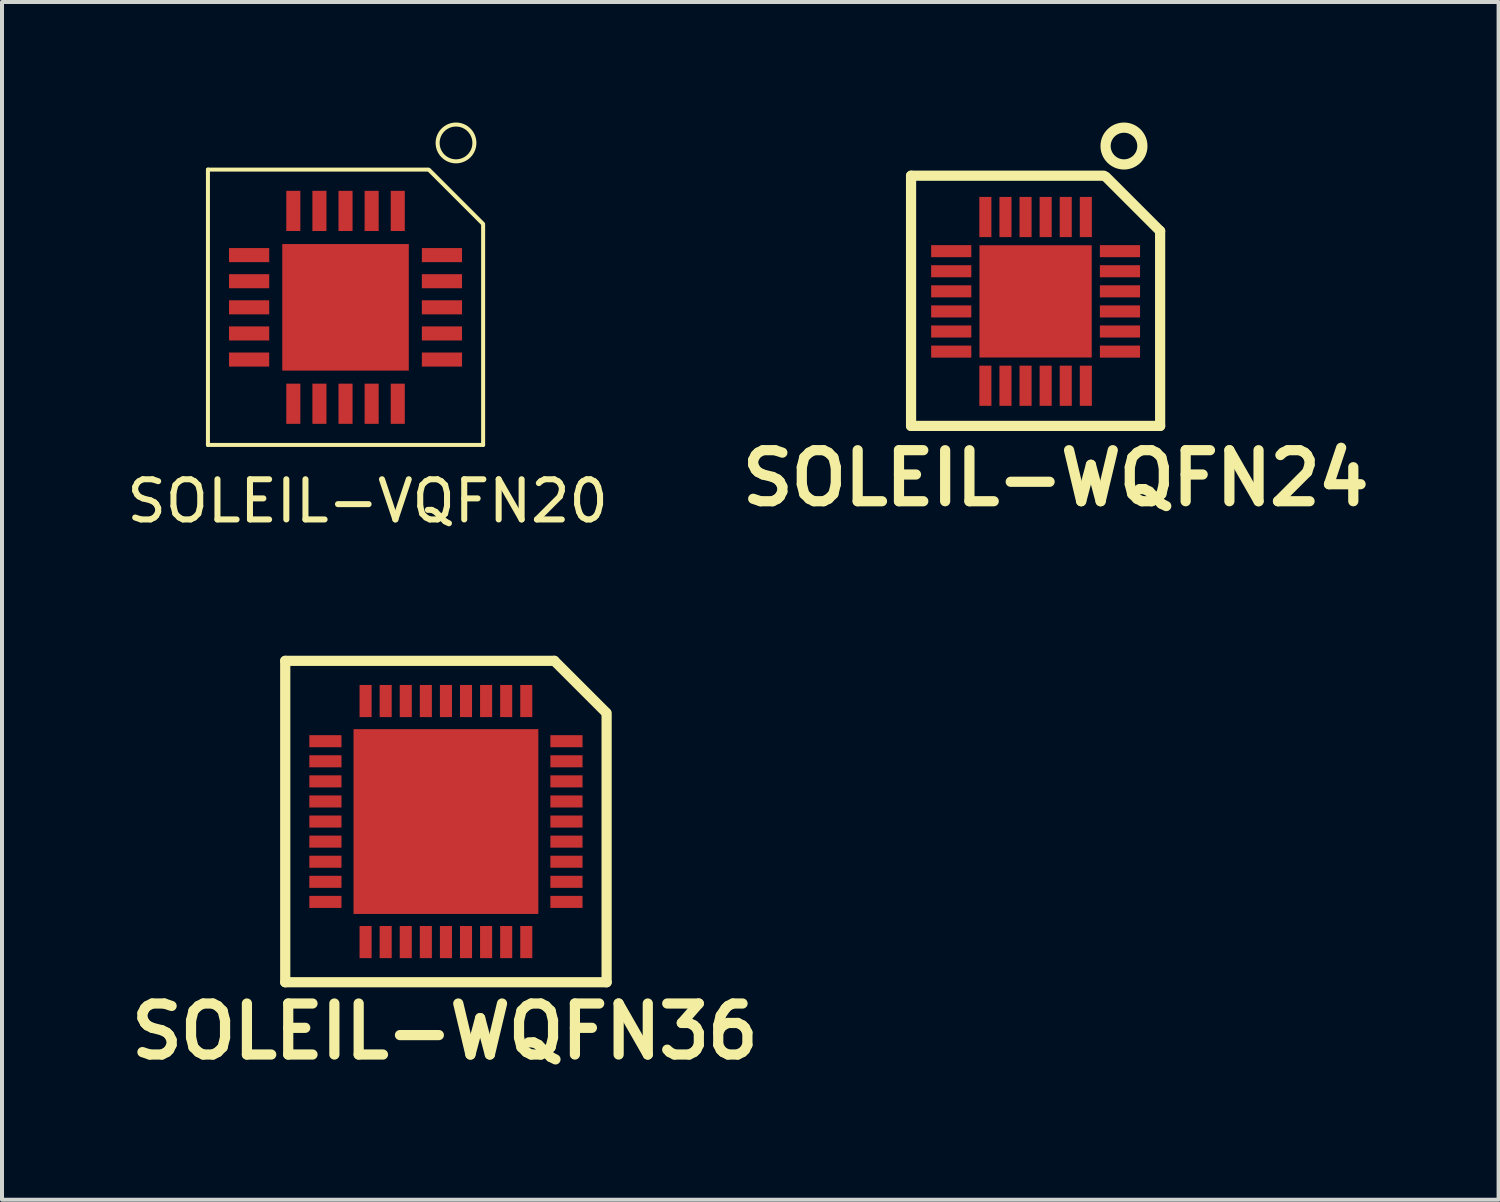
<source format=kicad_pcb>
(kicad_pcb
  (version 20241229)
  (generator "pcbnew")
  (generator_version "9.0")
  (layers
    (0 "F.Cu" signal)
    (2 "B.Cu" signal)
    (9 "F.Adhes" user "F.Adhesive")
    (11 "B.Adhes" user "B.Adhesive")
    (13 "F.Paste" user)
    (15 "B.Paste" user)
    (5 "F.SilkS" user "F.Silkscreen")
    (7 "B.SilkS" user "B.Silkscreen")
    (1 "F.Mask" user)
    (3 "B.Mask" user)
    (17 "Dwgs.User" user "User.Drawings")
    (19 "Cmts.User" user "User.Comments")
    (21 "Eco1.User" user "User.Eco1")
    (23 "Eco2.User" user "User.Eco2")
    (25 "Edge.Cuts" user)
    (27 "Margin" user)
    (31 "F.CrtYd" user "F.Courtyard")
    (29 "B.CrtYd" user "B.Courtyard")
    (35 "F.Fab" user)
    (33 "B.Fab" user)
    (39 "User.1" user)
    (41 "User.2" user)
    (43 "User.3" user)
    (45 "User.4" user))
  (footprint "SOLEIL-WQFN36"
    (layer "F.Cu")
    (at 10.05 14.4)
    (property "Reference" "SOLEIL-WQFN36" (at -2.025 8.225 0) (layer "F.SilkS") (effects (font (size 1.27 1.27) (thickness 0.254))))
    (attr smd)
    (fp_line (start -6 -1) (end -6 7) (stroke (width 0.254) (type solid)) (layer "F.SilkS"))
    (fp_line (start -6 -1) (end 0.7 -1) (stroke (width 0.254) (type solid)) (layer "F.SilkS"))
    (fp_line (start 0.7 -1) (end 1.975 0.275) (stroke (width 0.254) (type solid)) (layer "F.SilkS"))
    (fp_line (start 2 0.3) (end 2 7) (stroke (width 0.254) (type solid)) (layer "F.SilkS"))
    (fp_line (start 2 7) (end -6 7) (stroke (width 0.254) (type solid)) (layer "F.SilkS"))
    (pad "0" smd rect (at -2 3) (size 4.6 4.6) (layers "F.Cu" "F.Mask" "F.Paste"))
    (pad "1" smd rect (at 0 0) (size 0.3 0.8) (layers "F.Cu" "F.Mask" "F.Paste"))
    (pad "2" smd rect (at -0.5 0) (size 0.3 0.8) (layers "F.Cu" "F.Mask" "F.Paste"))
    (pad "3" smd rect (at -1 0) (size 0.3 0.8) (layers "F.Cu" "F.Mask" "F.Paste"))
    (pad "4" smd rect (at -1.5 0) (size 0.3 0.8) (layers "F.Cu" "F.Mask" "F.Paste"))
    (pad "5" smd rect (at -2 0) (size 0.3 0.8) (layers "F.Cu" "F.Mask" "F.Paste"))
    (pad "6" smd rect (at -2.5 0) (size 0.3 0.8) (layers "F.Cu" "F.Mask" "F.Paste"))
    (pad "7" smd rect (at -3 0) (size 0.3 0.8) (layers "F.Cu" "F.Mask" "F.Paste"))
    (pad "8" smd rect (at -3.5 0) (size 0.3 0.8) (layers "F.Cu" "F.Mask" "F.Paste"))
    (pad "9" smd rect (at -4 0) (size 0.3 0.8) (layers "F.Cu" "F.Mask" "F.Paste"))
    (pad "10" smd rect (at -5 1) (size 0.8 0.3) (layers "F.Cu" "F.Mask" "F.Paste"))
    (pad "11" smd rect (at -5 1.5) (size 0.8 0.3) (layers "F.Cu" "F.Mask" "F.Paste"))
    (pad "12" smd rect (at -5 2) (size 0.8 0.3) (layers "F.Cu" "F.Mask" "F.Paste"))
    (pad "13" smd rect (at -5 2.5) (size 0.8 0.3) (layers "F.Cu" "F.Mask" "F.Paste"))
    (pad "14" smd rect (at -5 3) (size 0.8 0.3) (layers "F.Cu" "F.Mask" "F.Paste"))
    (pad "15" smd rect (at -5 3.5) (size 0.8 0.3) (layers "F.Cu" "F.Mask" "F.Paste"))
    (pad "16" smd rect (at -5 4) (size 0.8 0.3) (layers "F.Cu" "F.Mask" "F.Paste"))
    (pad "17" smd rect (at -5 4.5) (size 0.8 0.3) (layers "F.Cu" "F.Mask" "F.Paste"))
    (pad "18" smd rect (at -5 5) (size 0.8 0.3) (layers "F.Cu" "F.Mask" "F.Paste"))
    (pad "19" smd rect (at -4 6) (size 0.3 0.8) (layers "F.Cu" "F.Mask" "F.Paste"))
    (pad "20" smd rect (at -3.5 6) (size 0.3 0.8) (layers "F.Cu" "F.Mask" "F.Paste"))
    (pad "21" smd rect (at -3 6) (size 0.3 0.8) (layers "F.Cu" "F.Mask" "F.Paste"))
    (pad "22" smd rect (at -2.5 6) (size 0.3 0.8) (layers "F.Cu" "F.Mask" "F.Paste"))
    (pad "23" smd rect (at -2 6) (size 0.3 0.8) (layers "F.Cu" "F.Mask" "F.Paste"))
    (pad "24" smd rect (at -1.5 6) (size 0.3 0.8) (layers "F.Cu" "F.Mask" "F.Paste"))
    (pad "25" smd rect (at -1 6) (size 0.3 0.8) (layers "F.Cu" "F.Mask" "F.Paste"))
    (pad "26" smd rect (at -0.5 6) (size 0.3 0.8) (layers "F.Cu" "F.Mask" "F.Paste"))
    (pad "27" smd rect (at 0 6) (size 0.3 0.8) (layers "F.Cu" "F.Mask" "F.Paste"))
    (pad "28" smd rect (at 1 5) (size 0.8 0.3) (layers "F.Cu" "F.Mask" "F.Paste"))
    (pad "29" smd rect (at 1 4.5) (size 0.8 0.3) (layers "F.Cu" "F.Mask" "F.Paste"))
    (pad "30" smd rect (at 1 4) (size 0.8 0.3) (layers "F.Cu" "F.Mask" "F.Paste"))
    (pad "31" smd rect (at 1 3.5) (size 0.8 0.3) (layers "F.Cu" "F.Mask" "F.Paste"))
    (pad "32" smd rect (at 1 3) (size 0.8 0.3) (layers "F.Cu" "F.Mask" "F.Paste"))
    (pad "33" smd rect (at 1 2.5) (size 0.8 0.3) (layers "F.Cu" "F.Mask" "F.Paste"))
    (pad "34" smd rect (at 1 2) (size 0.8 0.3) (layers "F.Cu" "F.Mask" "F.Paste"))
    (pad "35" smd rect (at 1 1.5) (size 0.8 0.3) (layers "F.Cu" "F.Mask" "F.Paste"))
    (pad "36" smd rect (at 1 1) (size 0.8 0.3) (layers "F.Cu" "F.Mask" "F.Paste")))
  (footprint "SOLEIL-WQFN24"
    (layer "F.Cu")
    (at 23.978 2.352)
    (property "Reference" "SOLEIL-WQFN24" (at -0.75 6.5 0) (layer "F.SilkS") (effects (font (size 1.27 1.27) (thickness 0.254))))
    (attr smd)
    (fp_line (start -4.35 -1.028) (end -4.35 5.2) (stroke (width 0.254) (type solid)) (layer "F.SilkS"))
    (fp_line (start -4.35 -1.028) (end 0.45 -1.028) (stroke (width 0.254) (type solid)) (layer "F.SilkS"))
    (fp_line (start 0.5 -1) (end 1.85 0.35) (stroke (width 0.254) (type solid)) (layer "F.SilkS"))
    (fp_line (start 1.85 0.35) (end 1.85 5.2) (stroke (width 0.254) (type solid)) (layer "F.SilkS"))
    (fp_line (start 1.85 5.2) (end -4.35 5.2) (stroke (width 0.254) (type solid)) (layer "F.SilkS"))
    (fp_circle (center 0.95 -1.767) (end 0.569 -2.021) (stroke (width 0.254) (type solid)) (fill no) (layer "F.SilkS"))
    (pad "0" smd rect (at -1.25 2.1) (size 2.794 2.794) (layers "F.Cu" "F.Mask" "F.Paste"))
    (pad "1" smd rect (at 0 0) (size 0.3 1) (layers "F.Cu" "F.Mask" "F.Paste"))
    (pad "2" smd rect (at -0.5 0) (size 0.3 1) (layers "F.Cu" "F.Mask" "F.Paste"))
    (pad "3" smd rect (at -1 0) (size 0.3 1) (layers "F.Cu" "F.Mask" "F.Paste"))
    (pad "4" smd rect (at -1.5 0) (size 0.3 1) (layers "F.Cu" "F.Mask" "F.Paste"))
    (pad "5" smd rect (at -2 0) (size 0.3 1) (layers "F.Cu" "F.Mask" "F.Paste"))
    (pad "6" smd rect (at -2.5 0) (size 0.3 1) (layers "F.Cu" "F.Mask" "F.Paste"))
    (pad "7" smd rect (at -3.35 0.85) (size 1 0.3) (layers "F.Cu" "F.Mask" "F.Paste"))
    (pad "8" smd rect (at -3.35 1.35) (size 1 0.3) (layers "F.Cu" "F.Mask" "F.Paste"))
    (pad "9" smd rect (at -3.35 1.85) (size 1 0.3) (layers "F.Cu" "F.Mask" "F.Paste"))
    (pad "10" smd rect (at -3.35 2.35) (size 1 0.3) (layers "F.Cu" "F.Mask" "F.Paste"))
    (pad "11" smd rect (at -3.35 2.85) (size 1 0.3) (layers "F.Cu" "F.Mask" "F.Paste"))
    (pad "12" smd rect (at -3.35 3.35) (size 1 0.3) (layers "F.Cu" "F.Mask" "F.Paste"))
    (pad "13" smd rect (at -2.5 4.2) (size 0.3 1) (layers "F.Cu" "F.Mask" "F.Paste"))
    (pad "14" smd rect (at -2 4.2) (size 0.3 1) (layers "F.Cu" "F.Mask" "F.Paste"))
    (pad "15" smd rect (at -1.5 4.2) (size 0.3 1) (layers "F.Cu" "F.Mask" "F.Paste"))
    (pad "16" smd rect (at -1 4.2) (size 0.3 1) (layers "F.Cu" "F.Mask" "F.Paste"))
    (pad "17" smd rect (at -0.5 4.2) (size 0.3 1) (layers "F.Cu" "F.Mask" "F.Paste"))
    (pad "18" smd rect (at 0 4.2) (size 0.3 1) (layers "F.Cu" "F.Mask" "F.Paste"))
    (pad "19" smd rect (at 0.85 3.35) (size 1 0.3) (layers "F.Cu" "F.Mask" "F.Paste"))
    (pad "20" smd rect (at 0.85 2.85) (size 1 0.3) (layers "F.Cu" "F.Mask" "F.Paste"))
    (pad "21" smd rect (at 0.85 2.35) (size 1 0.3) (layers "F.Cu" "F.Mask" "F.Paste"))
    (pad "22" smd rect (at 0.85 1.85) (size 1 0.3) (layers "F.Cu" "F.Mask" "F.Paste"))
    (pad "23" smd rect (at 0.85 1.35) (size 1 0.3) (layers "F.Cu" "F.Mask" "F.Paste"))
    (pad "24" smd rect (at 0.85 0.85) (size 1 0.3) (layers "F.Cu" "F.Mask" "F.Paste")))
  (footprint "SOLEIL-VQFN20"
    (layer "F.Cu")
    (at 6.851 2.2)
    (property "Reference" "SOLEIL-VQFN20" (at -0.75 7.225 0) (layer "F.SilkS") (effects (font (size 1 1) (thickness 0.15))))
    (attr smd)
    (fp_line (start -4.725 -1.028) (end -4.725 5.825) (stroke (width 0.1) (type solid)) (layer "F.SilkS"))
    (fp_line (start -4.725 -1.028) (end 0.75 -1.028) (stroke (width 0.1) (type solid)) (layer "F.SilkS"))
    (fp_line (start 0.775 -1.025) (end 2.125 0.325) (stroke (width 0.1) (type solid)) (layer "F.SilkS"))
    (fp_line (start 2.125 0.35) (end 2.125 5.825) (stroke (width 0.1) (type solid)) (layer "F.SilkS"))
    (fp_line (start 2.125 5.825) (end -4.725 5.825) (stroke (width 0.1) (type solid)) (layer "F.SilkS"))
    (fp_circle (center 1.45 -1.692) (end 1.069 -1.946) (stroke (width 0.1) (type solid)) (fill no) (layer "F.SilkS"))
    (pad "0" smd rect (at -1.3 2.4) (size 3.15 3.15) (layers "F.Cu" "F.Mask" "F.Paste"))
    (pad "1" smd rect (at 0 0) (size 0.35 1) (layers "F.Cu" "F.Mask" "F.Paste"))
    (pad "2" smd rect (at -0.65 0) (size 0.35 1) (layers "F.Cu" "F.Mask" "F.Paste"))
    (pad "3" smd rect (at -1.3 0) (size 0.35 1) (layers "F.Cu" "F.Mask" "F.Paste"))
    (pad "4" smd rect (at -1.95 0) (size 0.35 1) (layers "F.Cu" "F.Mask" "F.Paste"))
    (pad "5" smd rect (at -2.6 0) (size 0.35 1) (layers "F.Cu" "F.Mask" "F.Paste"))
    (pad "6" smd rect (at -3.7 1.1) (size 1 0.35) (layers "F.Cu" "F.Mask" "F.Paste"))
    (pad "7" smd rect (at -3.7 1.75) (size 1 0.35) (layers "F.Cu" "F.Mask" "F.Paste"))
    (pad "8" smd rect (at -3.7 2.4) (size 1 0.35) (layers "F.Cu" "F.Mask" "F.Paste"))
    (pad "9" smd rect (at -3.7 3.05) (size 1 0.35) (layers "F.Cu" "F.Mask" "F.Paste"))
    (pad "10" smd rect (at -3.7 3.7) (size 1 0.35) (layers "F.Cu" "F.Mask" "F.Paste"))
    (pad "11" smd rect (at -2.6 4.8) (size 0.35 1) (layers "F.Cu" "F.Mask" "F.Paste"))
    (pad "12" smd rect (at -1.95 4.8) (size 0.35 1) (layers "F.Cu" "F.Mask" "F.Paste"))
    (pad "13" smd rect (at -1.3 4.8) (size 0.35 1) (layers "F.Cu" "F.Mask" "F.Paste"))
    (pad "14" smd rect (at -0.65 4.8) (size 0.35 1) (layers "F.Cu" "F.Mask" "F.Paste"))
    (pad "15" smd rect (at 0 4.8) (size 0.35 1) (layers "F.Cu" "F.Mask" "F.Paste"))
    (pad "16" smd rect (at 1.1 3.7) (size 1 0.35) (layers "F.Cu" "F.Mask" "F.Paste"))
    (pad "17" smd rect (at 1.1 3.05) (size 1 0.35) (layers "F.Cu" "F.Mask" "F.Paste"))
    (pad "18" smd rect (at 1.1 2.4) (size 1 0.35) (layers "F.Cu" "F.Mask" "F.Paste"))
    (pad "19" smd rect (at 1.1 1.75) (size 1 0.35) (layers "F.Cu" "F.Mask" "F.Paste"))
    (pad "20" smd rect (at 1.1 1.1) (size 1 0.35) (layers "F.Cu" "F.Mask" "F.Paste")))
  (gr_rect
    (start -3 -3)
    (end 34.253 26.814)
    (stroke (width 0.1) (type default))
    (fill no)
    (layer "Edge.Cuts")))
</source>
